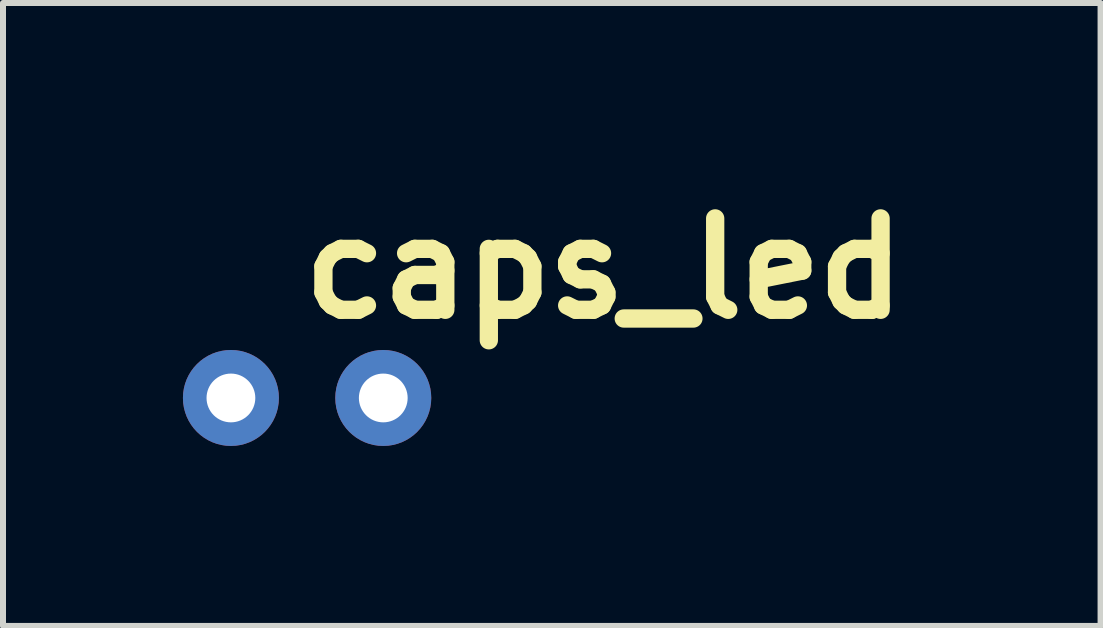
<source format=kicad_pcb>
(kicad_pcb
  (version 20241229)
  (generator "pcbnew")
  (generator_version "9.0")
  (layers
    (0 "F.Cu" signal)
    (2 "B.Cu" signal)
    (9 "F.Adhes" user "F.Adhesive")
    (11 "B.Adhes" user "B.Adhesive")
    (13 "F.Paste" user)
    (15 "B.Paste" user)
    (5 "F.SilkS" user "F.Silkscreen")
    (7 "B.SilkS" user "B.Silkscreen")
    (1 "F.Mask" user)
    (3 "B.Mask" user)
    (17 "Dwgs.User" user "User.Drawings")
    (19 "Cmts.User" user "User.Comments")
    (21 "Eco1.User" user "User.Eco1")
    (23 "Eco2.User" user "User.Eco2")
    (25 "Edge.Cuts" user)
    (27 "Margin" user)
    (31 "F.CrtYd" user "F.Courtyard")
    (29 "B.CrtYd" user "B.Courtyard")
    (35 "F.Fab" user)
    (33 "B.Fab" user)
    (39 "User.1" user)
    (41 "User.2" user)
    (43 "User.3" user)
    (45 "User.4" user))
  (footprint "caps_led"
    (layer "F.Cu")
    (at 2.07 3.585)
    (property "Reference" "caps_led" (at 4.953 -2.159 0) (layer "F.SilkS") (effects (font (size 1.524 1.524) (thickness 0.305))))
    (attr through_hole)
    (pad "1" thru_hole circle (at -1.27 0) (size 1.6 1.6) (drill 0.813) (layers "*.Cu" "*.Mask"))
    (pad "2" thru_hole circle (at 1.27 0) (size 1.6 1.6) (drill 0.813) (layers "*.Cu" "*.Mask")))
  (gr_rect
    (start -3 -3)
    (end 15.299 7.386)
    (stroke (width 0.1) (type default))
    (fill no)
    (layer "Edge.Cuts")))
</source>
